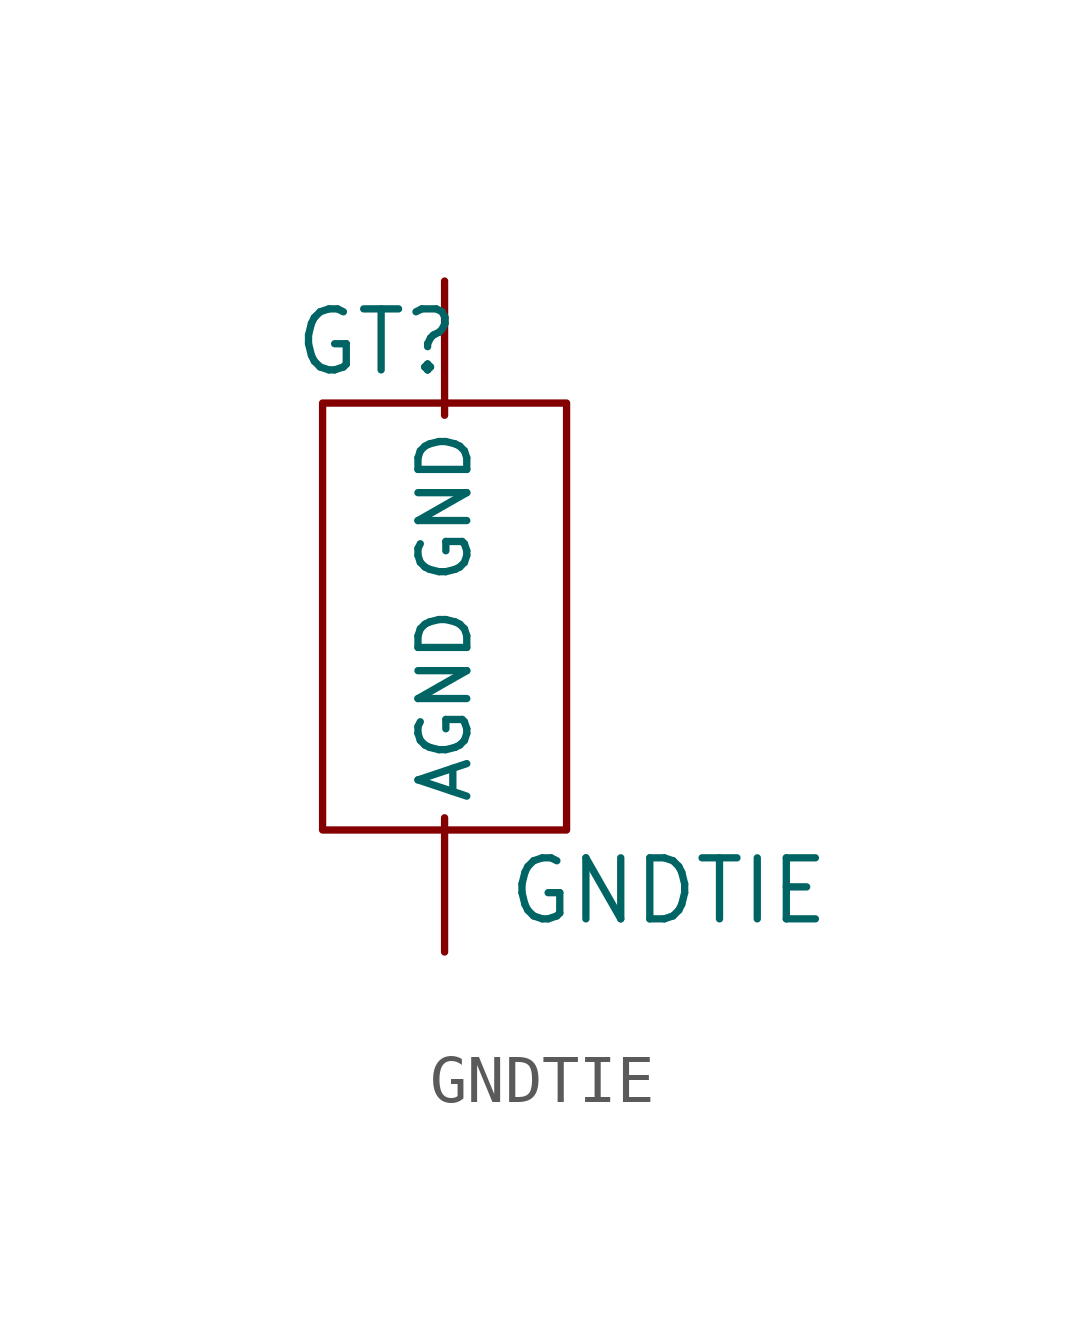
<source format=kicad_sym>
(kicad_symbol_lib
  (version 20231120)
  (generator "kicad_symbol_editor")
  (generator_version "8.0")
  (symbol "GNDTIE"
    (pin_numbers hide)
    (pin_names
      (offset 0.254))
    (property "Reference" "GT"
      (at 0.635 2.54 0)
      (effects (font (size 1.27 1.27)) (justify left)))
    (property "Value" "GNDTIE"
      (at 5.08 -8.89 0)
      (effects (font (size 1.27 1.27)) (justify left)))
    (property "Footprint" ""
      (at 0.965 -3.81 0)
      (effects (font (size 1.27 1.27))))
    (property "Datasheet" ""
      (at 0 0 0)
      (effects (font (size 1.27 1.27))))
    (symbol "GNDTIE_0_1"
      (rectangle (start 1.27 1.27) (end 6.35 -7.62) (stroke (width 0) (type solid)) (fill (type none))))
    (symbol "GNDTIE_1_1"
      (pin passive line (at 3.81 3.81 270) (length 2.794) (name "GND" (effects (font (size 1.016 1.016)))) (number "1" (effects (font (size 1.016 1.016)))))
      (pin passive line (at 3.81 -10.16 90) (length 2.794) (name "AGND" (effects (font (size 1.016 1.016)))) (number "2" (effects (font (size 1.016 1.016))))))))
</source>
